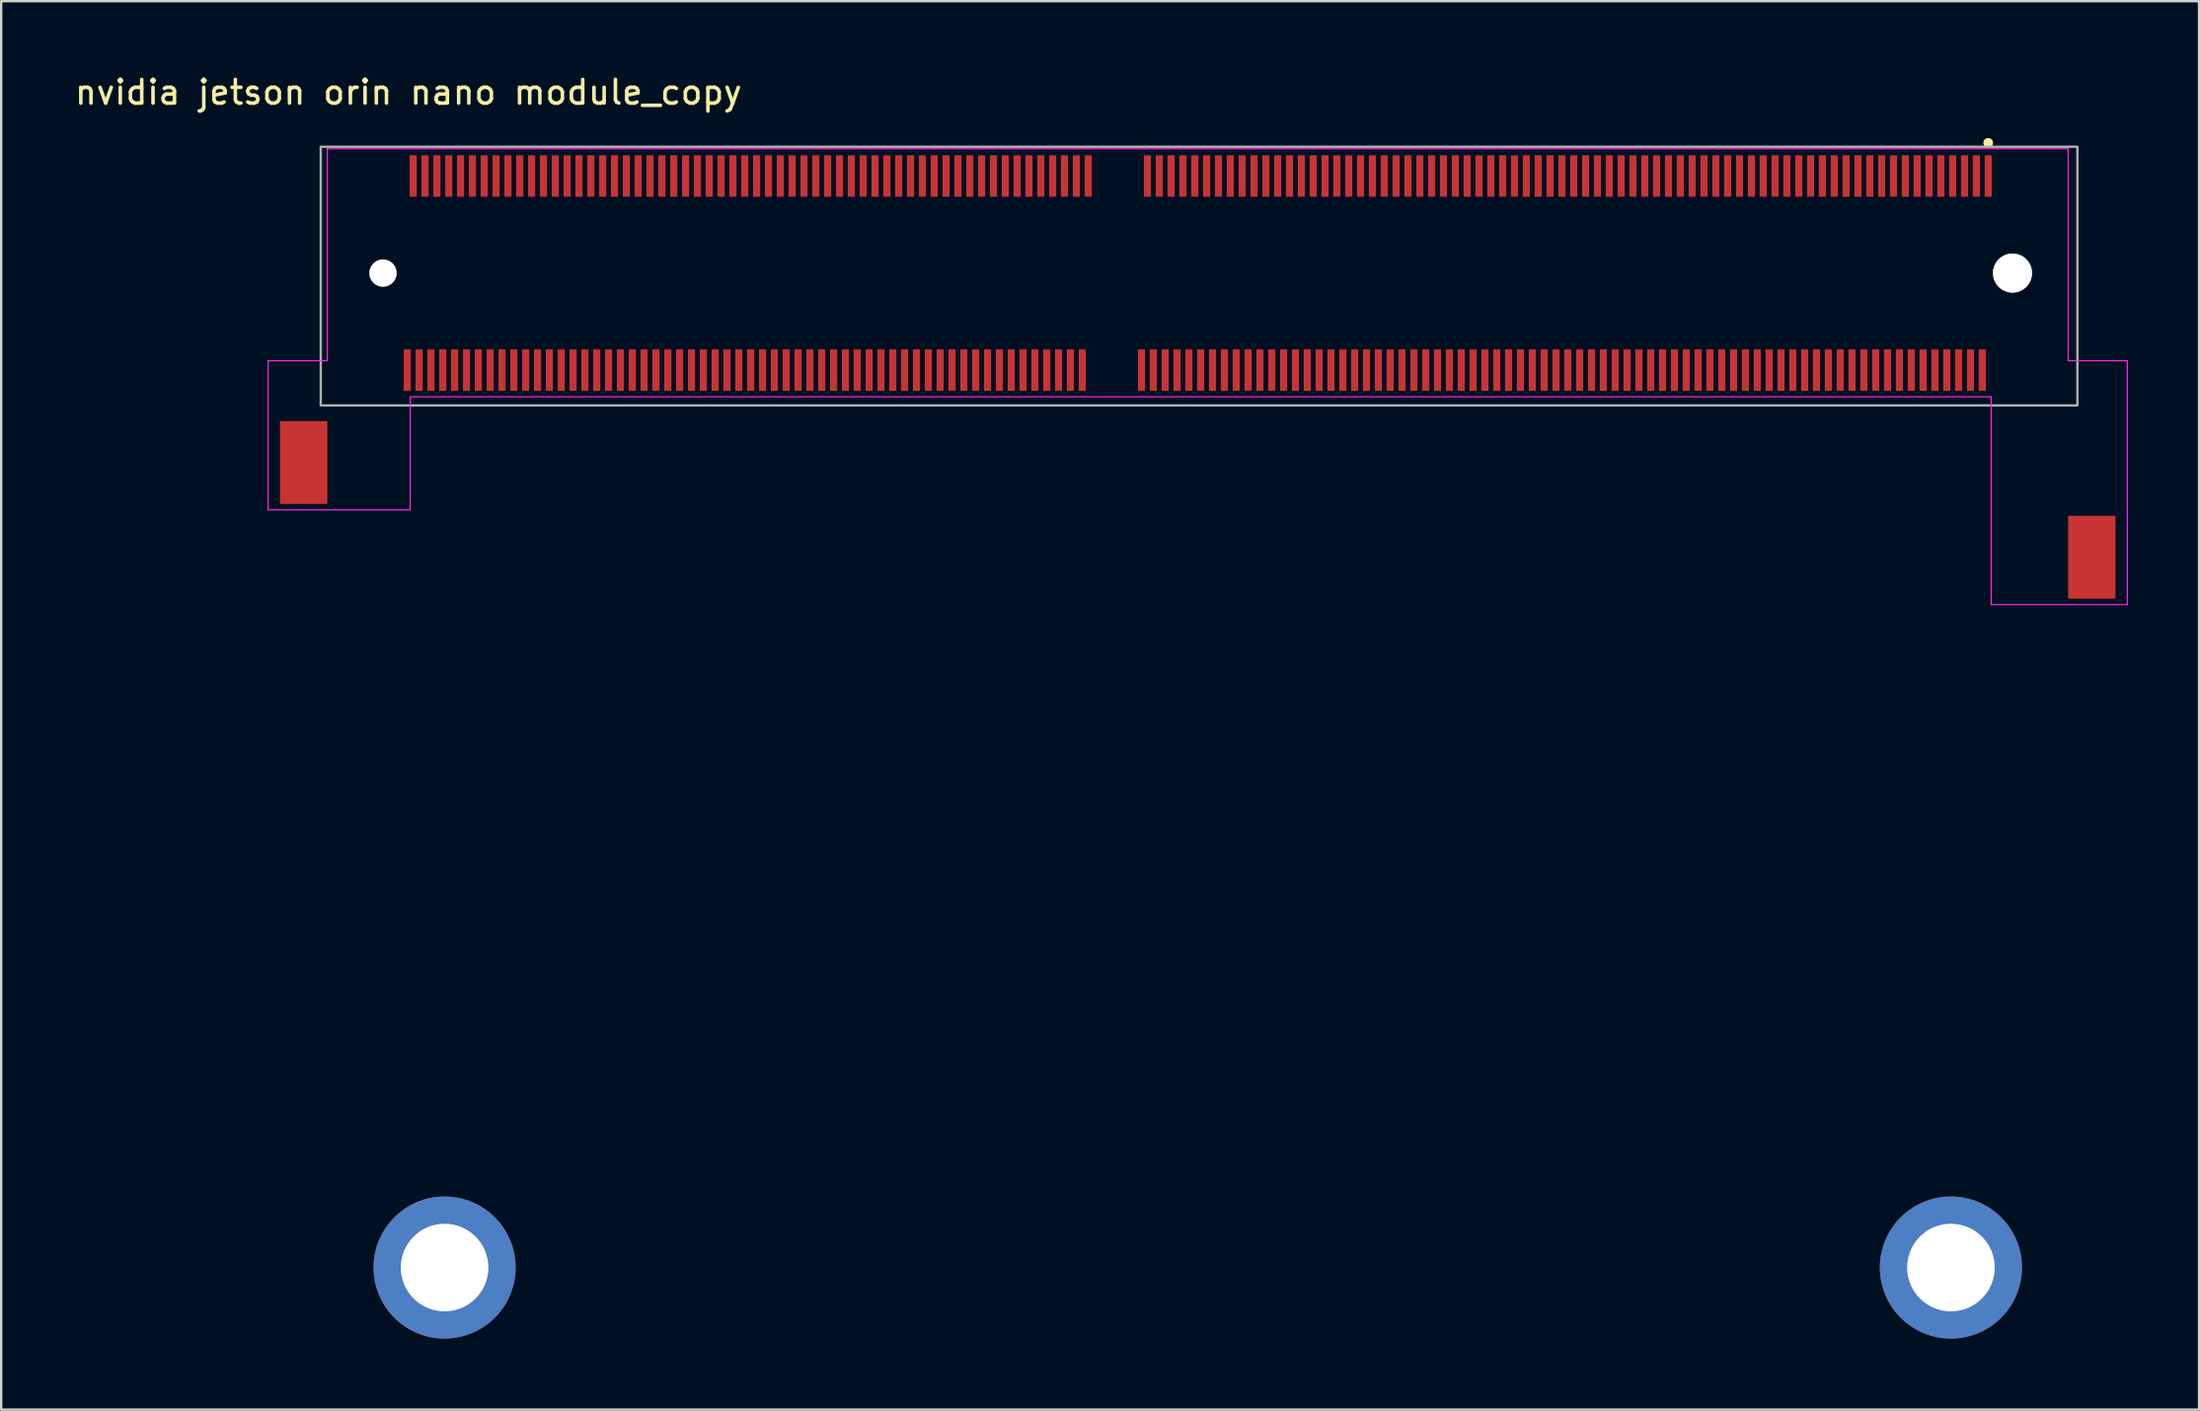
<source format=kicad_pcb>
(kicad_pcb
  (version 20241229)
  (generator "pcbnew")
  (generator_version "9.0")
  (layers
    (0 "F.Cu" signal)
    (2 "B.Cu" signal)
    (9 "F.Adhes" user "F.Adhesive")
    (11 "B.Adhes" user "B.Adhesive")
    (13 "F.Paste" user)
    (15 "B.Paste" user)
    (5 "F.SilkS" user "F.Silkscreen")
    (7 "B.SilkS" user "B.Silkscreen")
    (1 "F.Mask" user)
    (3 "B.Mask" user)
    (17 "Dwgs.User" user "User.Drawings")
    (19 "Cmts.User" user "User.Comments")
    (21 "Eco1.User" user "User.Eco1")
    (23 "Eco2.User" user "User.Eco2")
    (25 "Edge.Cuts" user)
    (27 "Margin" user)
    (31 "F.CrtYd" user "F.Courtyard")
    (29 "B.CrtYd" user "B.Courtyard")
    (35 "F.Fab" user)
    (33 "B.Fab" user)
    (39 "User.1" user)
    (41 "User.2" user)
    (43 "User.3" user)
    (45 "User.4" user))
  (footprint "nvidia jetson orin nano module_copy"
    (layer "F.Cu")
    (at 44.021 8.483)
    (property "Reference" "nvidia jetson orin nano module_copy" (at -29.825 -7.635 0) (layer "F.SilkS") (effects (font (size 1 1) (thickness 0.15))))
    (attr smd)
    (fp_circle (center 36.875 -5.5) (end 36.975 -5.5) (stroke (width 0.2) (type solid)) (fill no) (layer "F.SilkS"))
    (fp_circle (center 36.875 -5.5) (end 36.975 -5.5) (stroke (width 0.2) (type solid)) (fill no) (layer "F.SilkS"))
    (fp_line (start -35.75 3.7) (end -33.25 3.7) (stroke (width 0.05) (type solid)) (layer "F.CrtYd"))
    (fp_line (start -35.75 10) (end -35.75 3.7) (stroke (width 0.05) (type solid)) (layer "F.CrtYd"))
    (fp_line (start -33.25 -5.25) (end 40.25 -5.25) (stroke (width 0.05) (type solid)) (layer "F.CrtYd"))
    (fp_line (start -33.25 3.7) (end -33.25 -5.25) (stroke (width 0.05) (type solid)) (layer "F.CrtYd"))
    (fp_line (start -29.75 5.225) (end -29.75 10) (stroke (width 0.05) (type solid)) (layer "F.CrtYd"))
    (fp_line (start -29.75 10) (end -35.75 10) (stroke (width 0.05) (type solid)) (layer "F.CrtYd"))
    (fp_line (start 37 5.225) (end -29.75 5.225) (stroke (width 0.05) (type solid)) (layer "F.CrtYd"))
    (fp_line (start 37 14) (end 37 5.225) (stroke (width 0.05) (type solid)) (layer "F.CrtYd"))
    (fp_line (start 40.25 -5.25) (end 40.25 3.7) (stroke (width 0.05) (type solid)) (layer "F.CrtYd"))
    (fp_line (start 40.25 3.7) (end 42.75 3.7) (stroke (width 0.05) (type solid)) (layer "F.CrtYd"))
    (fp_line (start 42.75 3.7) (end 42.75 14) (stroke (width 0.05) (type solid)) (layer "F.CrtYd"))
    (fp_line (start 42.75 14) (end 37 14) (stroke (width 0.05) (type solid)) (layer "F.CrtYd"))
    (fp_rect (start -33.528 -5.334) (end 40.64 5.588) (stroke (width 0.1) (type default)) (fill no) (layer "F.Fab"))
    (pad "" thru_hole circle (at -30.9 0) (size 1.15 1.15) (drill 1.15) (layers "*.Cu" "*.Mask"))
    (pad "" thru_hole circle (at -28.3 42) (size 6 6) (drill 3.7) (layers "*.Cu" "*.Mask"))
    (pad "" thru_hole circle (at 35.3 42) (size 6 6) (drill 3.7) (layers "*.Cu" "*.Mask"))
    (pad "" thru_hole circle (at 37.9 0) (size 1.65 1.65) (drill 1.65) (layers "*.Cu" "*.Mask"))
    (pad "1" smd rect (at 36.875 -4.1 90) (size 1.75 0.3) (layers "F.Cu" "F.Mask" "F.Paste"))
    (pad "2" smd rect (at 36.625 4.1 90) (size 1.75 0.3) (layers "F.Cu" "F.Mask" "F.Paste"))
    (pad "3" smd rect (at 36.375 -4.1 90) (size 1.75 0.3) (layers "F.Cu" "F.Mask" "F.Paste"))
    (pad "4" smd rect (at 36.125 4.1 90) (size 1.75 0.3) (layers "F.Cu" "F.Mask" "F.Paste"))
    (pad "5" smd rect (at 35.875 -4.1 90) (size 1.75 0.3) (layers "F.Cu" "F.Mask" "F.Paste"))
    (pad "6" smd rect (at 35.625 4.1 90) (size 1.75 0.3) (layers "F.Cu" "F.Mask" "F.Paste"))
    (pad "7" smd rect (at 35.375 -4.1 90) (size 1.75 0.3) (layers "F.Cu" "F.Mask" "F.Paste"))
    (pad "8" smd rect (at 35.125 4.1 90) (size 1.75 0.3) (layers "F.Cu" "F.Mask" "F.Paste"))
    (pad "9" smd rect (at 34.875 -4.1 90) (size 1.75 0.3) (layers "F.Cu" "F.Mask" "F.Paste"))
    (pad "10" smd rect (at 34.625 4.1 90) (size 1.75 0.3) (layers "F.Cu" "F.Mask" "F.Paste"))
    (pad "11" smd rect (at 34.375 -4.1 90) (size 1.75 0.3) (layers "F.Cu" "F.Mask" "F.Paste"))
    (pad "12" smd rect (at 34.125 4.1 90) (size 1.75 0.3) (layers "F.Cu" "F.Mask" "F.Paste"))
    (pad "13" smd rect (at 33.875 -4.1 90) (size 1.75 0.3) (layers "F.Cu" "F.Mask" "F.Paste"))
    (pad "14" smd rect (at 33.625 4.1 90) (size 1.75 0.3) (layers "F.Cu" "F.Mask" "F.Paste"))
    (pad "15" smd rect (at 33.375 -4.1 90) (size 1.75 0.3) (layers "F.Cu" "F.Mask" "F.Paste"))
    (pad "16" smd rect (at 33.125 4.1 90) (size 1.75 0.3) (layers "F.Cu" "F.Mask" "F.Paste"))
    (pad "17" smd rect (at 32.875 -4.1 90) (size 1.75 0.3) (layers "F.Cu" "F.Mask" "F.Paste"))
    (pad "18" smd rect (at 32.625 4.1 90) (size 1.75 0.3) (layers "F.Cu" "F.Mask" "F.Paste"))
    (pad "19" smd rect (at 32.375 -4.1 90) (size 1.75 0.3) (layers "F.Cu" "F.Mask" "F.Paste"))
    (pad "20" smd rect (at 32.125 4.1 90) (size 1.75 0.3) (layers "F.Cu" "F.Mask" "F.Paste"))
    (pad "21" smd rect (at 31.875 -4.1 90) (size 1.75 0.3) (layers "F.Cu" "F.Mask" "F.Paste"))
    (pad "22" smd rect (at 31.625 4.1 90) (size 1.75 0.3) (layers "F.Cu" "F.Mask" "F.Paste"))
    (pad "23" smd rect (at 31.375 -4.1 90) (size 1.75 0.3) (layers "F.Cu" "F.Mask" "F.Paste"))
    (pad "24" smd rect (at 31.125 4.1 90) (size 1.75 0.3) (layers "F.Cu" "F.Mask" "F.Paste"))
    (pad "25" smd rect (at 30.875 -4.1 90) (size 1.75 0.3) (layers "F.Cu" "F.Mask" "F.Paste"))
    (pad "26" smd rect (at 30.625 4.1 90) (size 1.75 0.3) (layers "F.Cu" "F.Mask" "F.Paste"))
    (pad "27" smd rect (at 30.375 -4.1 90) (size 1.75 0.3) (layers "F.Cu" "F.Mask" "F.Paste"))
    (pad "28" smd rect (at 30.125 4.1 90) (size 1.75 0.3) (layers "F.Cu" "F.Mask" "F.Paste"))
    (pad "29" smd rect (at 29.875 -4.1 90) (size 1.75 0.3) (layers "F.Cu" "F.Mask" "F.Paste"))
    (pad "30" smd rect (at 29.625 4.1 90) (size 1.75 0.3) (layers "F.Cu" "F.Mask" "F.Paste"))
    (pad "31" smd rect (at 29.375 -4.1 90) (size 1.75 0.3) (layers "F.Cu" "F.Mask" "F.Paste"))
    (pad "32" smd rect (at 29.125 4.1 90) (size 1.75 0.3) (layers "F.Cu" "F.Mask" "F.Paste"))
    (pad "33" smd rect (at 28.875 -4.1 90) (size 1.75 0.3) (layers "F.Cu" "F.Mask" "F.Paste"))
    (pad "34" smd rect (at 28.625 4.1 90) (size 1.75 0.3) (layers "F.Cu" "F.Mask" "F.Paste"))
    (pad "35" smd rect (at 28.375 -4.1 90) (size 1.75 0.3) (layers "F.Cu" "F.Mask" "F.Paste"))
    (pad "36" smd rect (at 28.125 4.1 90) (size 1.75 0.3) (layers "F.Cu" "F.Mask" "F.Paste"))
    (pad "37" smd rect (at 27.875 -4.1 90) (size 1.75 0.3) (layers "F.Cu" "F.Mask" "F.Paste"))
    (pad "38" smd rect (at 27.625 4.1 90) (size 1.75 0.3) (layers "F.Cu" "F.Mask" "F.Paste"))
    (pad "39" smd rect (at 27.375 -4.1 90) (size 1.75 0.3) (layers "F.Cu" "F.Mask" "F.Paste"))
    (pad "40" smd rect (at 27.125 4.1 90) (size 1.75 0.3) (layers "F.Cu" "F.Mask" "F.Paste"))
    (pad "41" smd rect (at 26.875 -4.1 90) (size 1.75 0.3) (layers "F.Cu" "F.Mask" "F.Paste"))
    (pad "42" smd rect (at 26.625 4.1 90) (size 1.75 0.3) (layers "F.Cu" "F.Mask" "F.Paste"))
    (pad "43" smd rect (at 26.375 -4.1 90) (size 1.75 0.3) (layers "F.Cu" "F.Mask" "F.Paste"))
    (pad "44" smd rect (at 26.125 4.1 90) (size 1.75 0.3) (layers "F.Cu" "F.Mask" "F.Paste"))
    (pad "45" smd rect (at 25.875 -4.1 90) (size 1.75 0.3) (layers "F.Cu" "F.Mask" "F.Paste"))
    (pad "46" smd rect (at 25.625 4.1 90) (size 1.75 0.3) (layers "F.Cu" "F.Mask" "F.Paste"))
    (pad "47" smd rect (at 25.375 -4.1 90) (size 1.75 0.3) (layers "F.Cu" "F.Mask" "F.Paste"))
    (pad "48" smd rect (at 25.125 4.1 90) (size 1.75 0.3) (layers "F.Cu" "F.Mask" "F.Paste"))
    (pad "49" smd rect (at 24.875 -4.1 90) (size 1.75 0.3) (layers "F.Cu" "F.Mask" "F.Paste"))
    (pad "50" smd rect (at 24.625 4.1 90) (size 1.75 0.3) (layers "F.Cu" "F.Mask" "F.Paste"))
    (pad "51" smd rect (at 24.375 -4.1 90) (size 1.75 0.3) (layers "F.Cu" "F.Mask" "F.Paste"))
    (pad "52" smd rect (at 24.125 4.1 90) (size 1.75 0.3) (layers "F.Cu" "F.Mask" "F.Paste"))
    (pad "53" smd rect (at 23.875 -4.1 90) (size 1.75 0.3) (layers "F.Cu" "F.Mask" "F.Paste"))
    (pad "54" smd rect (at 23.625 4.1 90) (size 1.75 0.3) (layers "F.Cu" "F.Mask" "F.Paste"))
    (pad "55" smd rect (at 23.375 -4.1 90) (size 1.75 0.3) (layers "F.Cu" "F.Mask" "F.Paste"))
    (pad "56" smd rect (at 23.125 4.1 90) (size 1.75 0.3) (layers "F.Cu" "F.Mask" "F.Paste"))
    (pad "57" smd rect (at 22.875 -4.1 90) (size 1.75 0.3) (layers "F.Cu" "F.Mask" "F.Paste"))
    (pad "58" smd rect (at 22.625 4.1 90) (size 1.75 0.3) (layers "F.Cu" "F.Mask" "F.Paste"))
    (pad "59" smd rect (at 22.375 -4.1 90) (size 1.75 0.3) (layers "F.Cu" "F.Mask" "F.Paste"))
    (pad "60" smd rect (at 22.125 4.1 90) (size 1.75 0.3) (layers "F.Cu" "F.Mask" "F.Paste"))
    (pad "61" smd rect (at 21.875 -4.1 90) (size 1.75 0.3) (layers "F.Cu" "F.Mask" "F.Paste"))
    (pad "62" smd rect (at 21.625 4.1 90) (size 1.75 0.3) (layers "F.Cu" "F.Mask" "F.Paste"))
    (pad "63" smd rect (at 21.375 -4.1 90) (size 1.75 0.3) (layers "F.Cu" "F.Mask" "F.Paste"))
    (pad "64" smd rect (at 21.125 4.1 90) (size 1.75 0.3) (layers "F.Cu" "F.Mask" "F.Paste"))
    (pad "65" smd rect (at 20.875 -4.1 90) (size 1.75 0.3) (layers "F.Cu" "F.Mask" "F.Paste"))
    (pad "66" smd rect (at 20.625 4.1 90) (size 1.75 0.3) (layers "F.Cu" "F.Mask" "F.Paste"))
    (pad "67" smd rect (at 20.375 -4.1 90) (size 1.75 0.3) (layers "F.Cu" "F.Mask" "F.Paste"))
    (pad "68" smd rect (at 20.125 4.1 90) (size 1.75 0.3) (layers "F.Cu" "F.Mask" "F.Paste"))
    (pad "69" smd rect (at 19.875 -4.1 90) (size 1.75 0.3) (layers "F.Cu" "F.Mask" "F.Paste"))
    (pad "70" smd rect (at 19.625 4.1 90) (size 1.75 0.3) (layers "F.Cu" "F.Mask" "F.Paste"))
    (pad "71" smd rect (at 19.375 -4.1 90) (size 1.75 0.3) (layers "F.Cu" "F.Mask" "F.Paste"))
    (pad "72" smd rect (at 19.125 4.1 90) (size 1.75 0.3) (layers "F.Cu" "F.Mask" "F.Paste"))
    (pad "73" smd rect (at 18.875 -4.1 90) (size 1.75 0.3) (layers "F.Cu" "F.Mask" "F.Paste"))
    (pad "74" smd rect (at 18.625 4.1 90) (size 1.75 0.3) (layers "F.Cu" "F.Mask" "F.Paste"))
    (pad "75" smd rect (at 18.375 -4.1 90) (size 1.75 0.3) (layers "F.Cu" "F.Mask" "F.Paste"))
    (pad "76" smd rect (at 18.125 4.1 90) (size 1.75 0.3) (layers "F.Cu" "F.Mask" "F.Paste"))
    (pad "77" smd rect (at 17.875 -4.1 90) (size 1.75 0.3) (layers "F.Cu" "F.Mask" "F.Paste"))
    (pad "78" smd rect (at 17.625 4.1 90) (size 1.75 0.3) (layers "F.Cu" "F.Mask" "F.Paste"))
    (pad "79" smd rect (at 17.375 -4.1 90) (size 1.75 0.3) (layers "F.Cu" "F.Mask" "F.Paste"))
    (pad "80" smd rect (at 17.125 4.1 90) (size 1.75 0.3) (layers "F.Cu" "F.Mask" "F.Paste"))
    (pad "81" smd rect (at 16.875 -4.1 90) (size 1.75 0.3) (layers "F.Cu" "F.Mask" "F.Paste"))
    (pad "82" smd rect (at 16.625 4.1 90) (size 1.75 0.3) (layers "F.Cu" "F.Mask" "F.Paste"))
    (pad "83" smd rect (at 16.375 -4.1 90) (size 1.75 0.3) (layers "F.Cu" "F.Mask" "F.Paste"))
    (pad "84" smd rect (at 16.125 4.1 90) (size 1.75 0.3) (layers "F.Cu" "F.Mask" "F.Paste"))
    (pad "85" smd rect (at 15.875 -4.1 90) (size 1.75 0.3) (layers "F.Cu" "F.Mask" "F.Paste"))
    (pad "86" smd rect (at 15.625 4.1 90) (size 1.75 0.3) (layers "F.Cu" "F.Mask" "F.Paste"))
    (pad "87" smd rect (at 15.375 -4.1 90) (size 1.75 0.3) (layers "F.Cu" "F.Mask" "F.Paste"))
    (pad "88" smd rect (at 15.125 4.1 90) (size 1.75 0.3) (layers "F.Cu" "F.Mask" "F.Paste"))
    (pad "89" smd rect (at 14.875 -4.1 90) (size 1.75 0.3) (layers "F.Cu" "F.Mask" "F.Paste"))
    (pad "90" smd rect (at 14.625 4.1 90) (size 1.75 0.3) (layers "F.Cu" "F.Mask" "F.Paste"))
    (pad "91" smd rect (at 14.375 -4.1 90) (size 1.75 0.3) (layers "F.Cu" "F.Mask" "F.Paste"))
    (pad "92" smd rect (at 14.125 4.1 90) (size 1.75 0.3) (layers "F.Cu" "F.Mask" "F.Paste"))
    (pad "93" smd rect (at 13.875 -4.1 90) (size 1.75 0.3) (layers "F.Cu" "F.Mask" "F.Paste"))
    (pad "94" smd rect (at 13.625 4.1 90) (size 1.75 0.3) (layers "F.Cu" "F.Mask" "F.Paste"))
    (pad "95" smd rect (at 13.375 -4.1 90) (size 1.75 0.3) (layers "F.Cu" "F.Mask" "F.Paste"))
    (pad "96" smd rect (at 13.125 4.1 90) (size 1.75 0.3) (layers "F.Cu" "F.Mask" "F.Paste"))
    (pad "97" smd rect (at 12.875 -4.1 90) (size 1.75 0.3) (layers "F.Cu" "F.Mask" "F.Paste"))
    (pad "98" smd rect (at 12.625 4.1 90) (size 1.75 0.3) (layers "F.Cu" "F.Mask" "F.Paste"))
    (pad "99" smd rect (at 12.375 -4.1 90) (size 1.75 0.3) (layers "F.Cu" "F.Mask" "F.Paste"))
    (pad "100" smd rect (at 12.125 4.1 90) (size 1.75 0.3) (layers "F.Cu" "F.Mask" "F.Paste"))
    (pad "101" smd rect (at 11.875 -4.1 90) (size 1.75 0.3) (layers "F.Cu" "F.Mask" "F.Paste"))
    (pad "102" smd rect (at 11.625 4.1 90) (size 1.75 0.3) (layers "F.Cu" "F.Mask" "F.Paste"))
    (pad "103" smd rect (at 11.375 -4.1 90) (size 1.75 0.3) (layers "F.Cu" "F.Mask" "F.Paste"))
    (pad "104" smd rect (at 11.125 4.1 90) (size 1.75 0.3) (layers "F.Cu" "F.Mask" "F.Paste"))
    (pad "105" smd rect (at 10.875 -4.1 90) (size 1.75 0.3) (layers "F.Cu" "F.Mask" "F.Paste"))
    (pad "106" smd rect (at 10.625 4.1 90) (size 1.75 0.3) (layers "F.Cu" "F.Mask" "F.Paste"))
    (pad "107" smd rect (at 10.375 -4.1 90) (size 1.75 0.3) (layers "F.Cu" "F.Mask" "F.Paste"))
    (pad "108" smd rect (at 10.125 4.1 90) (size 1.75 0.3) (layers "F.Cu" "F.Mask" "F.Paste"))
    (pad "109" smd rect (at 9.875 -4.1 90) (size 1.75 0.3) (layers "F.Cu" "F.Mask" "F.Paste"))
    (pad "110" smd rect (at 9.625 4.1 90) (size 1.75 0.3) (layers "F.Cu" "F.Mask" "F.Paste"))
    (pad "111" smd rect (at 9.375 -4.1 90) (size 1.75 0.3) (layers "F.Cu" "F.Mask" "F.Paste"))
    (pad "112" smd rect (at 9.125 4.1 90) (size 1.75 0.3) (layers "F.Cu" "F.Mask" "F.Paste"))
    (pad "113" smd rect (at 8.875 -4.1 90) (size 1.75 0.3) (layers "F.Cu" "F.Mask" "F.Paste"))
    (pad "114" smd rect (at 8.625 4.1 90) (size 1.75 0.3) (layers "F.Cu" "F.Mask" "F.Paste"))
    (pad "115" smd rect (at 8.375 -4.1 90) (size 1.75 0.3) (layers "F.Cu" "F.Mask" "F.Paste"))
    (pad "116" smd rect (at 8.125 4.1 90) (size 1.75 0.3) (layers "F.Cu" "F.Mask" "F.Paste"))
    (pad "117" smd rect (at 7.875 -4.1 90) (size 1.75 0.3) (layers "F.Cu" "F.Mask" "F.Paste"))
    (pad "118" smd rect (at 7.625 4.1 90) (size 1.75 0.3) (layers "F.Cu" "F.Mask" "F.Paste"))
    (pad "119" smd rect (at 7.375 -4.1 90) (size 1.75 0.3) (layers "F.Cu" "F.Mask" "F.Paste"))
    (pad "120" smd rect (at 7.125 4.1 90) (size 1.75 0.3) (layers "F.Cu" "F.Mask" "F.Paste"))
    (pad "121" smd rect (at 6.875 -4.1 90) (size 1.75 0.3) (layers "F.Cu" "F.Mask" "F.Paste"))
    (pad "122" smd rect (at 6.625 4.1 90) (size 1.75 0.3) (layers "F.Cu" "F.Mask" "F.Paste"))
    (pad "123" smd rect (at 6.375 -4.1 90) (size 1.75 0.3) (layers "F.Cu" "F.Mask" "F.Paste"))
    (pad "124" smd rect (at 6.125 4.1 90) (size 1.75 0.3) (layers "F.Cu" "F.Mask" "F.Paste"))
    (pad "125" smd rect (at 5.875 -4.1 90) (size 1.75 0.3) (layers "F.Cu" "F.Mask" "F.Paste"))
    (pad "126" smd rect (at 5.625 4.1 90) (size 1.75 0.3) (layers "F.Cu" "F.Mask" "F.Paste"))
    (pad "127" smd rect (at 5.375 -4.1 90) (size 1.75 0.3) (layers "F.Cu" "F.Mask" "F.Paste"))
    (pad "128" smd rect (at 5.125 4.1 90) (size 1.75 0.3) (layers "F.Cu" "F.Mask" "F.Paste"))
    (pad "129" smd rect (at 4.875 -4.1 90) (size 1.75 0.3) (layers "F.Cu" "F.Mask" "F.Paste"))
    (pad "130" smd rect (at 4.625 4.1 90) (size 1.75 0.3) (layers "F.Cu" "F.Mask" "F.Paste"))
    (pad "131" smd rect (at 4.375 -4.1 90) (size 1.75 0.3) (layers "F.Cu" "F.Mask" "F.Paste"))
    (pad "132" smd rect (at 4.125 4.1 90) (size 1.75 0.3) (layers "F.Cu" "F.Mask" "F.Paste"))
    (pad "133" smd rect (at 3.875 -4.1 90) (size 1.75 0.3) (layers "F.Cu" "F.Mask" "F.Paste"))
    (pad "134" smd rect (at 3.625 4.1 90) (size 1.75 0.3) (layers "F.Cu" "F.Mask" "F.Paste"))
    (pad "135" smd rect (at 3.375 -4.1 90) (size 1.75 0.3) (layers "F.Cu" "F.Mask" "F.Paste"))
    (pad "136" smd rect (at 3.125 4.1 90) (size 1.75 0.3) (layers "F.Cu" "F.Mask" "F.Paste"))
    (pad "137" smd rect (at 2.875 -4.1 90) (size 1.75 0.3) (layers "F.Cu" "F.Mask" "F.Paste"))
    (pad "138" smd rect (at 2.625 4.1 90) (size 1.75 0.3) (layers "F.Cu" "F.Mask" "F.Paste"))
    (pad "139" smd rect (at 2.375 -4.1 90) (size 1.75 0.3) (layers "F.Cu" "F.Mask" "F.Paste"))
    (pad "140" smd rect (at 2.125 4.1 90) (size 1.75 0.3) (layers "F.Cu" "F.Mask" "F.Paste"))
    (pad "141" smd rect (at 1.875 -4.1 90) (size 1.75 0.3) (layers "F.Cu" "F.Mask" "F.Paste"))
    (pad "142" smd rect (at 1.625 4.1 90) (size 1.75 0.3) (layers "F.Cu" "F.Mask" "F.Paste"))
    (pad "143" smd rect (at 1.375 -4.1 90) (size 1.75 0.3) (layers "F.Cu" "F.Mask" "F.Paste"))
    (pad "144" smd rect (at 1.125 4.1 90) (size 1.75 0.3) (layers "F.Cu" "F.Mask" "F.Paste"))
    (pad "145" smd rect (at -1.125 -4.1 90) (size 1.75 0.3) (layers "F.Cu" "F.Mask" "F.Paste"))
    (pad "146" smd rect (at -1.375 4.1 90) (size 1.75 0.3) (layers "F.Cu" "F.Mask" "F.Paste"))
    (pad "147" smd rect (at -1.625 -4.1 90) (size 1.75 0.3) (layers "F.Cu" "F.Mask" "F.Paste"))
    (pad "148" smd rect (at -1.875 4.1 90) (size 1.75 0.3) (layers "F.Cu" "F.Mask" "F.Paste"))
    (pad "149" smd rect (at -2.125 -4.1 90) (size 1.75 0.3) (layers "F.Cu" "F.Mask" "F.Paste"))
    (pad "150" smd rect (at -2.375 4.1 90) (size 1.75 0.3) (layers "F.Cu" "F.Mask" "F.Paste"))
    (pad "151" smd rect (at -2.625 -4.1 90) (size 1.75 0.3) (layers "F.Cu" "F.Mask" "F.Paste"))
    (pad "152" smd rect (at -2.875 4.1 90) (size 1.75 0.3) (layers "F.Cu" "F.Mask" "F.Paste"))
    (pad "153" smd rect (at -3.125 -4.1 90) (size 1.75 0.3) (layers "F.Cu" "F.Mask" "F.Paste"))
    (pad "154" smd rect (at -3.375 4.1 90) (size 1.75 0.3) (layers "F.Cu" "F.Mask" "F.Paste"))
    (pad "155" smd rect (at -3.625 -4.1 90) (size 1.75 0.3) (layers "F.Cu" "F.Mask" "F.Paste"))
    (pad "156" smd rect (at -3.875 4.1 90) (size 1.75 0.3) (layers "F.Cu" "F.Mask" "F.Paste"))
    (pad "157" smd rect (at -4.125 -4.1 90) (size 1.75 0.3) (layers "F.Cu" "F.Mask" "F.Paste"))
    (pad "158" smd rect (at -4.375 4.1 90) (size 1.75 0.3) (layers "F.Cu" "F.Mask" "F.Paste"))
    (pad "159" smd rect (at -4.625 -4.1 90) (size 1.75 0.3) (layers "F.Cu" "F.Mask" "F.Paste"))
    (pad "160" smd rect (at -4.875 4.1 90) (size 1.75 0.3) (layers "F.Cu" "F.Mask" "F.Paste"))
    (pad "161" smd rect (at -5.125 -4.1 90) (size 1.75 0.3) (layers "F.Cu" "F.Mask" "F.Paste"))
    (pad "162" smd rect (at -5.375 4.1 90) (size 1.75 0.3) (layers "F.Cu" "F.Mask" "F.Paste"))
    (pad "163" smd rect (at -5.625 -4.1 90) (size 1.75 0.3) (layers "F.Cu" "F.Mask" "F.Paste"))
    (pad "164" smd rect (at -5.875 4.1 90) (size 1.75 0.3) (layers "F.Cu" "F.Mask" "F.Paste"))
    (pad "165" smd rect (at -6.125 -4.1 90) (size 1.75 0.3) (layers "F.Cu" "F.Mask" "F.Paste"))
    (pad "166" smd rect (at -6.375 4.1 90) (size 1.75 0.3) (layers "F.Cu" "F.Mask" "F.Paste"))
    (pad "167" smd rect (at -6.625 -4.1 90) (size 1.75 0.3) (layers "F.Cu" "F.Mask" "F.Paste"))
    (pad "168" smd rect (at -6.875 4.1 90) (size 1.75 0.3) (layers "F.Cu" "F.Mask" "F.Paste"))
    (pad "169" smd rect (at -7.125 -4.1 90) (size 1.75 0.3) (layers "F.Cu" "F.Mask" "F.Paste"))
    (pad "170" smd rect (at -7.375 4.1 90) (size 1.75 0.3) (layers "F.Cu" "F.Mask" "F.Paste"))
    (pad "171" smd rect (at -7.625 -4.1 90) (size 1.75 0.3) (layers "F.Cu" "F.Mask" "F.Paste"))
    (pad "172" smd rect (at -7.875 4.1 90) (size 1.75 0.3) (layers "F.Cu" "F.Mask" "F.Paste"))
    (pad "173" smd rect (at -8.125 -4.1 90) (size 1.75 0.3) (layers "F.Cu" "F.Mask" "F.Paste"))
    (pad "174" smd rect (at -8.375 4.1 90) (size 1.75 0.3) (layers "F.Cu" "F.Mask" "F.Paste"))
    (pad "175" smd rect (at -8.625 -4.1 90) (size 1.75 0.3) (layers "F.Cu" "F.Mask" "F.Paste"))
    (pad "176" smd rect (at -8.875 4.1 90) (size 1.75 0.3) (layers "F.Cu" "F.Mask" "F.Paste"))
    (pad "177" smd rect (at -9.125 -4.1 90) (size 1.75 0.3) (layers "F.Cu" "F.Mask" "F.Paste"))
    (pad "178" smd rect (at -9.375 4.1 90) (size 1.75 0.3) (layers "F.Cu" "F.Mask" "F.Paste"))
    (pad "179" smd rect (at -9.625 -4.1 90) (size 1.75 0.3) (layers "F.Cu" "F.Mask" "F.Paste"))
    (pad "180" smd rect (at -9.875 4.1 90) (size 1.75 0.3) (layers "F.Cu" "F.Mask" "F.Paste"))
    (pad "181" smd rect (at -10.125 -4.1 90) (size 1.75 0.3) (layers "F.Cu" "F.Mask" "F.Paste"))
    (pad "182" smd rect (at -10.375 4.1 90) (size 1.75 0.3) (layers "F.Cu" "F.Mask" "F.Paste"))
    (pad "183" smd rect (at -10.625 -4.1 90) (size 1.75 0.3) (layers "F.Cu" "F.Mask" "F.Paste"))
    (pad "184" smd rect (at -10.875 4.1 90) (size 1.75 0.3) (layers "F.Cu" "F.Mask" "F.Paste"))
    (pad "185" smd rect (at -11.125 -4.1 90) (size 1.75 0.3) (layers "F.Cu" "F.Mask" "F.Paste"))
    (pad "186" smd rect (at -11.375 4.1 90) (size 1.75 0.3) (layers "F.Cu" "F.Mask" "F.Paste"))
    (pad "187" smd rect (at -11.625 -4.1 90) (size 1.75 0.3) (layers "F.Cu" "F.Mask" "F.Paste"))
    (pad "188" smd rect (at -11.875 4.1 90) (size 1.75 0.3) (layers "F.Cu" "F.Mask" "F.Paste"))
    (pad "189" smd rect (at -12.125 -4.1 90) (size 1.75 0.3) (layers "F.Cu" "F.Mask" "F.Paste"))
    (pad "190" smd rect (at -12.375 4.1 90) (size 1.75 0.3) (layers "F.Cu" "F.Mask" "F.Paste"))
    (pad "191" smd rect (at -12.625 -4.1 90) (size 1.75 0.3) (layers "F.Cu" "F.Mask" "F.Paste"))
    (pad "192" smd rect (at -12.875 4.1 90) (size 1.75 0.3) (layers "F.Cu" "F.Mask" "F.Paste"))
    (pad "193" smd rect (at -13.125 -4.1 90) (size 1.75 0.3) (layers "F.Cu" "F.Mask" "F.Paste"))
    (pad "194" smd rect (at -13.375 4.1 90) (size 1.75 0.3) (layers "F.Cu" "F.Mask" "F.Paste"))
    (pad "195" smd rect (at -13.625 -4.1 90) (size 1.75 0.3) (layers "F.Cu" "F.Mask" "F.Paste"))
    (pad "196" smd rect (at -13.875 4.1 90) (size 1.75 0.3) (layers "F.Cu" "F.Mask" "F.Paste"))
    (pad "197" smd rect (at -14.125 -4.1 90) (size 1.75 0.3) (layers "F.Cu" "F.Mask" "F.Paste"))
    (pad "198" smd rect (at -14.375 4.1 90) (size 1.75 0.3) (layers "F.Cu" "F.Mask" "F.Paste"))
    (pad "199" smd rect (at -14.625 -4.1 90) (size 1.75 0.3) (layers "F.Cu" "F.Mask" "F.Paste"))
    (pad "200" smd rect (at -14.875 4.1 90) (size 1.75 0.3) (layers "F.Cu" "F.Mask" "F.Paste"))
    (pad "201" smd rect (at -15.125 -4.1 90) (size 1.75 0.3) (layers "F.Cu" "F.Mask" "F.Paste"))
    (pad "202" smd rect (at -15.375 4.1 90) (size 1.75 0.3) (layers "F.Cu" "F.Mask" "F.Paste"))
    (pad "203" smd rect (at -15.625 -4.1 90) (size 1.75 0.3) (layers "F.Cu" "F.Mask" "F.Paste"))
    (pad "204" smd rect (at -15.875 4.1 90) (size 1.75 0.3) (layers "F.Cu" "F.Mask" "F.Paste"))
    (pad "205" smd rect (at -16.125 -4.1 90) (size 1.75 0.3) (layers "F.Cu" "F.Mask" "F.Paste"))
    (pad "206" smd rect (at -16.375 4.1 90) (size 1.75 0.3) (layers "F.Cu" "F.Mask" "F.Paste"))
    (pad "207" smd rect (at -16.625 -4.1 90) (size 1.75 0.3) (layers "F.Cu" "F.Mask" "F.Paste"))
    (pad "208" smd rect (at -16.875 4.1 90) (size 1.75 0.3) (layers "F.Cu" "F.Mask" "F.Paste"))
    (pad "209" smd rect (at -17.125 -4.1 90) (size 1.75 0.3) (layers "F.Cu" "F.Mask" "F.Paste"))
    (pad "210" smd rect (at -17.375 4.1 90) (size 1.75 0.3) (layers "F.Cu" "F.Mask" "F.Paste"))
    (pad "211" smd rect (at -17.625 -4.1 90) (size 1.75 0.3) (layers "F.Cu" "F.Mask" "F.Paste"))
    (pad "212" smd rect (at -17.875 4.1 90) (size 1.75 0.3) (layers "F.Cu" "F.Mask" "F.Paste"))
    (pad "213" smd rect (at -18.125 -4.1 90) (size 1.75 0.3) (layers "F.Cu" "F.Mask" "F.Paste"))
    (pad "214" smd rect (at -18.375 4.1 90) (size 1.75 0.3) (layers "F.Cu" "F.Mask" "F.Paste"))
    (pad "215" smd rect (at -18.625 -4.1 90) (size 1.75 0.3) (layers "F.Cu" "F.Mask" "F.Paste"))
    (pad "216" smd rect (at -18.875 4.1 90) (size 1.75 0.3) (layers "F.Cu" "F.Mask" "F.Paste"))
    (pad "217" smd rect (at -19.125 -4.1 90) (size 1.75 0.3) (layers "F.Cu" "F.Mask" "F.Paste"))
    (pad "218" smd rect (at -19.375 4.1 90) (size 1.75 0.3) (layers "F.Cu" "F.Mask" "F.Paste"))
    (pad "219" smd rect (at -19.625 -4.1 90) (size 1.75 0.3) (layers "F.Cu" "F.Mask" "F.Paste"))
    (pad "220" smd rect (at -19.875 4.1 90) (size 1.75 0.3) (layers "F.Cu" "F.Mask" "F.Paste"))
    (pad "221" smd rect (at -20.125 -4.1 90) (size 1.75 0.3) (layers "F.Cu" "F.Mask" "F.Paste"))
    (pad "222" smd rect (at -20.375 4.1 90) (size 1.75 0.3) (layers "F.Cu" "F.Mask" "F.Paste"))
    (pad "223" smd rect (at -20.625 -4.1 90) (size 1.75 0.3) (layers "F.Cu" "F.Mask" "F.Paste"))
    (pad "224" smd rect (at -20.875 4.1 90) (size 1.75 0.3) (layers "F.Cu" "F.Mask" "F.Paste"))
    (pad "225" smd rect (at -21.125 -4.1 90) (size 1.75 0.3) (layers "F.Cu" "F.Mask" "F.Paste"))
    (pad "226" smd rect (at -21.375 4.1 90) (size 1.75 0.3) (layers "F.Cu" "F.Mask" "F.Paste"))
    (pad "227" smd rect (at -21.625 -4.1 90) (size 1.75 0.3) (layers "F.Cu" "F.Mask" "F.Paste"))
    (pad "228" smd rect (at -21.875 4.1 90) (size 1.75 0.3) (layers "F.Cu" "F.Mask" "F.Paste"))
    (pad "229" smd rect (at -22.125 -4.1 90) (size 1.75 0.3) (layers "F.Cu" "F.Mask" "F.Paste"))
    (pad "230" smd rect (at -22.375 4.1 90) (size 1.75 0.3) (layers "F.Cu" "F.Mask" "F.Paste"))
    (pad "231" smd rect (at -22.625 -4.1 90) (size 1.75 0.3) (layers "F.Cu" "F.Mask" "F.Paste"))
    (pad "232" smd rect (at -22.875 4.1 90) (size 1.75 0.3) (layers "F.Cu" "F.Mask" "F.Paste"))
    (pad "233" smd rect (at -23.125 -4.1 90) (size 1.75 0.3) (layers "F.Cu" "F.Mask" "F.Paste"))
    (pad "234" smd rect (at -23.375 4.1 90) (size 1.75 0.3) (layers "F.Cu" "F.Mask" "F.Paste"))
    (pad "235" smd rect (at -23.625 -4.1 90) (size 1.75 0.3) (layers "F.Cu" "F.Mask" "F.Paste"))
    (pad "236" smd rect (at -23.875 4.1 90) (size 1.75 0.3) (layers "F.Cu" "F.Mask" "F.Paste"))
    (pad "237" smd rect (at -24.125 -4.1 90) (size 1.75 0.3) (layers "F.Cu" "F.Mask" "F.Paste"))
    (pad "238" smd rect (at -24.375 4.1 90) (size 1.75 0.3) (layers "F.Cu" "F.Mask" "F.Paste"))
    (pad "239" smd rect (at -24.625 -4.1 90) (size 1.75 0.3) (layers "F.Cu" "F.Mask" "F.Paste"))
    (pad "240" smd rect (at -24.875 4.1 90) (size 1.75 0.3) (layers "F.Cu" "F.Mask" "F.Paste"))
    (pad "241" smd rect (at -25.125 -4.1 90) (size 1.75 0.3) (layers "F.Cu" "F.Mask" "F.Paste"))
    (pad "242" smd rect (at -25.375 4.1 90) (size 1.75 0.3) (layers "F.Cu" "F.Mask" "F.Paste"))
    (pad "243" smd rect (at -25.625 -4.1 90) (size 1.75 0.3) (layers "F.Cu" "F.Mask" "F.Paste"))
    (pad "244" smd rect (at -25.875 4.1 90) (size 1.75 0.3) (layers "F.Cu" "F.Mask" "F.Paste"))
    (pad "245" smd rect (at -26.125 -4.1 90) (size 1.75 0.3) (layers "F.Cu" "F.Mask" "F.Paste"))
    (pad "246" smd rect (at -26.375 4.1 90) (size 1.75 0.3) (layers "F.Cu" "F.Mask" "F.Paste"))
    (pad "247" smd rect (at -26.625 -4.1 90) (size 1.75 0.3) (layers "F.Cu" "F.Mask" "F.Paste"))
    (pad "248" smd rect (at -26.875 4.1 90) (size 1.75 0.3) (layers "F.Cu" "F.Mask" "F.Paste"))
    (pad "249" smd rect (at -27.125 -4.1 90) (size 1.75 0.3) (layers "F.Cu" "F.Mask" "F.Paste"))
    (pad "250" smd rect (at -27.375 4.1 90) (size 1.75 0.3) (layers "F.Cu" "F.Mask" "F.Paste"))
    (pad "251" smd rect (at -27.625 -4.1 90) (size 1.75 0.3) (layers "F.Cu" "F.Mask" "F.Paste"))
    (pad "252" smd rect (at -27.875 4.1 90) (size 1.75 0.3) (layers "F.Cu" "F.Mask" "F.Paste"))
    (pad "253" smd rect (at -28.125 -4.1 90) (size 1.75 0.3) (layers "F.Cu" "F.Mask" "F.Paste"))
    (pad "254" smd rect (at -28.375 4.1 90) (size 1.75 0.3) (layers "F.Cu" "F.Mask" "F.Paste"))
    (pad "255" smd rect (at -28.625 -4.1 90) (size 1.75 0.3) (layers "F.Cu" "F.Mask" "F.Paste"))
    (pad "256" smd rect (at -28.875 4.1 90) (size 1.75 0.3) (layers "F.Cu" "F.Mask" "F.Paste"))
    (pad "257" smd rect (at -29.125 -4.1 90) (size 1.75 0.3) (layers "F.Cu" "F.Mask" "F.Paste"))
    (pad "258" smd rect (at -29.375 4.1 90) (size 1.75 0.3) (layers "F.Cu" "F.Mask" "F.Paste"))
    (pad "259" smd rect (at -29.625 -4.1 90) (size 1.75 0.3) (layers "F.Cu" "F.Mask" "F.Paste"))
    (pad "260" smd rect (at -29.875 4.1 90) (size 1.75 0.3) (layers "F.Cu" "F.Mask" "F.Paste"))
    (pad "261" smd rect (at -34.25 8 180) (size 2 3.5) (layers "F.Cu" "F.Mask" "F.Paste"))
    (pad "262" smd rect (at 41.25 12 180) (size 2 3.5) (layers "F.Cu" "F.Mask" "F.Paste")))
  (gr_rect
    (start -3 -3)
    (end 89.796 56.483)
    (stroke (width 0.1) (type default))
    (fill no)
    (layer "Edge.Cuts")))
</source>
